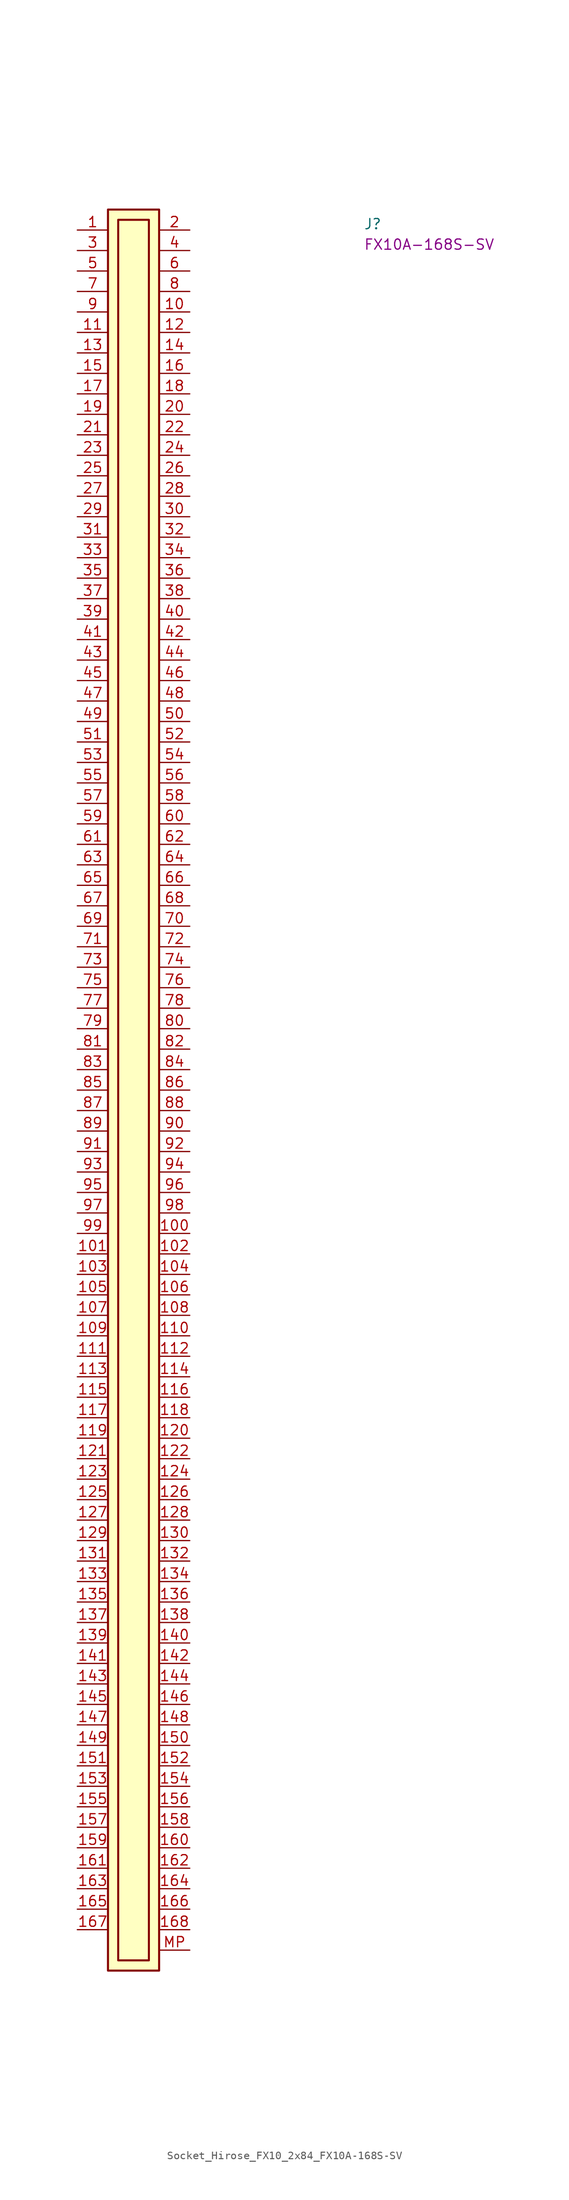
<source format=kicad_sym>
(kicad_symbol_lib
  (version 20220914)
  (generator kicad_symbol_editor)
  (symbol "Socket_Hirose_FX10_2x84_FX10A-168S-SV"
    (property "Reference" "J"
      (at 35.56 0 0)
      (effects (font (size 1.27 1.27) (thickness 0.15)) (justify left bottom)))
    (property "MPN" "FX10A-168S-SV"
      (at 35.56 -2.54 0)
      (effects (font (size 1.27 1.27) (thickness 0.15)) (justify left bottom)))
    (symbol "Socket_Hirose_FX10_2x84_FX10A-168S-SV_1_1"
      (rectangle (start 3.81 2.54) (end 10.16 -215.9) (stroke (width 0.254) (type default)) (fill (type background)))
      (rectangle (start 5.08 1.27) (end 8.89 -214.63) (stroke (width 0.254) (type default)) (fill (type background)))
      (pin passive line (at 0 0 0) (length 3.81) (name "~" (effects (font (size 1.27 1.27)))) (number "1" (effects (font (size 1.27 1.27)))))
      (pin passive line (at 13.97 -10.16 180) (length 3.81) (name "~" (effects (font (size 1.27 1.27)))) (number "10" (effects (font (size 1.27 1.27)))))
      (pin passive line (at 13.97 -124.46 180) (length 3.81) (name "~" (effects (font (size 1.27 1.27)))) (number "100" (effects (font (size 1.27 1.27)))))
      (pin passive line (at 0 -127 0) (length 3.81) (name "~" (effects (font (size 1.27 1.27)))) (number "101" (effects (font (size 1.27 1.27)))))
      (pin passive line (at 13.97 -127 180) (length 3.81) (name "~" (effects (font (size 1.27 1.27)))) (number "102" (effects (font (size 1.27 1.27)))))
      (pin passive line (at 0 -129.54 0) (length 3.81) (name "~" (effects (font (size 1.27 1.27)))) (number "103" (effects (font (size 1.27 1.27)))))
      (pin passive line (at 13.97 -129.54 180) (length 3.81) (name "~" (effects (font (size 1.27 1.27)))) (number "104" (effects (font (size 1.27 1.27)))))
      (pin passive line (at 0 -132.08 0) (length 3.81) (name "~" (effects (font (size 1.27 1.27)))) (number "105" (effects (font (size 1.27 1.27)))))
      (pin passive line (at 13.97 -132.08 180) (length 3.81) (name "~" (effects (font (size 1.27 1.27)))) (number "106" (effects (font (size 1.27 1.27)))))
      (pin passive line (at 0 -134.62 0) (length 3.81) (name "~" (effects (font (size 1.27 1.27)))) (number "107" (effects (font (size 1.27 1.27)))))
      (pin passive line (at 13.97 -134.62 180) (length 3.81) (name "~" (effects (font (size 1.27 1.27)))) (number "108" (effects (font (size 1.27 1.27)))))
      (pin passive line (at 0 -137.16 0) (length 3.81) (name "~" (effects (font (size 1.27 1.27)))) (number "109" (effects (font (size 1.27 1.27)))))
      (pin passive line (at 0 -12.7 0) (length 3.81) (name "~" (effects (font (size 1.27 1.27)))) (number "11" (effects (font (size 1.27 1.27)))))
      (pin passive line (at 13.97 -137.16 180) (length 3.81) (name "~" (effects (font (size 1.27 1.27)))) (number "110" (effects (font (size 1.27 1.27)))))
      (pin passive line (at 0 -139.7 0) (length 3.81) (name "~" (effects (font (size 1.27 1.27)))) (number "111" (effects (font (size 1.27 1.27)))))
      (pin passive line (at 13.97 -139.7 180) (length 3.81) (name "~" (effects (font (size 1.27 1.27)))) (number "112" (effects (font (size 1.27 1.27)))))
      (pin passive line (at 0 -142.24 0) (length 3.81) (name "~" (effects (font (size 1.27 1.27)))) (number "113" (effects (font (size 1.27 1.27)))))
      (pin passive line (at 13.97 -142.24 180) (length 3.81) (name "~" (effects (font (size 1.27 1.27)))) (number "114" (effects (font (size 1.27 1.27)))))
      (pin passive line (at 0 -144.78 0) (length 3.81) (name "~" (effects (font (size 1.27 1.27)))) (number "115" (effects (font (size 1.27 1.27)))))
      (pin passive line (at 13.97 -144.78 180) (length 3.81) (name "~" (effects (font (size 1.27 1.27)))) (number "116" (effects (font (size 1.27 1.27)))))
      (pin passive line (at 0 -147.32 0) (length 3.81) (name "~" (effects (font (size 1.27 1.27)))) (number "117" (effects (font (size 1.27 1.27)))))
      (pin passive line (at 13.97 -147.32 180) (length 3.81) (name "~" (effects (font (size 1.27 1.27)))) (number "118" (effects (font (size 1.27 1.27)))))
      (pin passive line (at 0 -149.86 0) (length 3.81) (name "~" (effects (font (size 1.27 1.27)))) (number "119" (effects (font (size 1.27 1.27)))))
      (pin passive line (at 13.97 -12.7 180) (length 3.81) (name "~" (effects (font (size 1.27 1.27)))) (number "12" (effects (font (size 1.27 1.27)))))
      (pin passive line (at 13.97 -149.86 180) (length 3.81) (name "~" (effects (font (size 1.27 1.27)))) (number "120" (effects (font (size 1.27 1.27)))))
      (pin passive line (at 0 -152.4 0) (length 3.81) (name "~" (effects (font (size 1.27 1.27)))) (number "121" (effects (font (size 1.27 1.27)))))
      (pin passive line (at 13.97 -152.4 180) (length 3.81) (name "~" (effects (font (size 1.27 1.27)))) (number "122" (effects (font (size 1.27 1.27)))))
      (pin passive line (at 0 -154.94 0) (length 3.81) (name "~" (effects (font (size 1.27 1.27)))) (number "123" (effects (font (size 1.27 1.27)))))
      (pin passive line (at 13.97 -154.94 180) (length 3.81) (name "~" (effects (font (size 1.27 1.27)))) (number "124" (effects (font (size 1.27 1.27)))))
      (pin passive line (at 0 -157.48 0) (length 3.81) (name "~" (effects (font (size 1.27 1.27)))) (number "125" (effects (font (size 1.27 1.27)))))
      (pin passive line (at 13.97 -157.48 180) (length 3.81) (name "~" (effects (font (size 1.27 1.27)))) (number "126" (effects (font (size 1.27 1.27)))))
      (pin passive line (at 0 -160.02 0) (length 3.81) (name "~" (effects (font (size 1.27 1.27)))) (number "127" (effects (font (size 1.27 1.27)))))
      (pin passive line (at 13.97 -160.02 180) (length 3.81) (name "~" (effects (font (size 1.27 1.27)))) (number "128" (effects (font (size 1.27 1.27)))))
      (pin passive line (at 0 -162.56 0) (length 3.81) (name "~" (effects (font (size 1.27 1.27)))) (number "129" (effects (font (size 1.27 1.27)))))
      (pin passive line (at 0 -15.24 0) (length 3.81) (name "~" (effects (font (size 1.27 1.27)))) (number "13" (effects (font (size 1.27 1.27)))))
      (pin passive line (at 13.97 -162.56 180) (length 3.81) (name "~" (effects (font (size 1.27 1.27)))) (number "130" (effects (font (size 1.27 1.27)))))
      (pin passive line (at 0 -165.1 0) (length 3.81) (name "~" (effects (font (size 1.27 1.27)))) (number "131" (effects (font (size 1.27 1.27)))))
      (pin passive line (at 13.97 -165.1 180) (length 3.81) (name "~" (effects (font (size 1.27 1.27)))) (number "132" (effects (font (size 1.27 1.27)))))
      (pin passive line (at 0 -167.64 0) (length 3.81) (name "~" (effects (font (size 1.27 1.27)))) (number "133" (effects (font (size 1.27 1.27)))))
      (pin passive line (at 13.97 -167.64 180) (length 3.81) (name "~" (effects (font (size 1.27 1.27)))) (number "134" (effects (font (size 1.27 1.27)))))
      (pin passive line (at 0 -170.18 0) (length 3.81) (name "~" (effects (font (size 1.27 1.27)))) (number "135" (effects (font (size 1.27 1.27)))))
      (pin passive line (at 13.97 -170.18 180) (length 3.81) (name "~" (effects (font (size 1.27 1.27)))) (number "136" (effects (font (size 1.27 1.27)))))
      (pin passive line (at 0 -172.72 0) (length 3.81) (name "~" (effects (font (size 1.27 1.27)))) (number "137" (effects (font (size 1.27 1.27)))))
      (pin passive line (at 13.97 -172.72 180) (length 3.81) (name "~" (effects (font (size 1.27 1.27)))) (number "138" (effects (font (size 1.27 1.27)))))
      (pin passive line (at 0 -175.26 0) (length 3.81) (name "~" (effects (font (size 1.27 1.27)))) (number "139" (effects (font (size 1.27 1.27)))))
      (pin passive line (at 13.97 -15.24 180) (length 3.81) (name "~" (effects (font (size 1.27 1.27)))) (number "14" (effects (font (size 1.27 1.27)))))
      (pin passive line (at 13.97 -175.26 180) (length 3.81) (name "~" (effects (font (size 1.27 1.27)))) (number "140" (effects (font (size 1.27 1.27)))))
      (pin passive line (at 0 -177.8 0) (length 3.81) (name "~" (effects (font (size 1.27 1.27)))) (number "141" (effects (font (size 1.27 1.27)))))
      (pin passive line (at 13.97 -177.8 180) (length 3.81) (name "~" (effects (font (size 1.27 1.27)))) (number "142" (effects (font (size 1.27 1.27)))))
      (pin passive line (at 0 -180.34 0) (length 3.81) (name "~" (effects (font (size 1.27 1.27)))) (number "143" (effects (font (size 1.27 1.27)))))
      (pin passive line (at 13.97 -180.34 180) (length 3.81) (name "~" (effects (font (size 1.27 1.27)))) (number "144" (effects (font (size 1.27 1.27)))))
      (pin passive line (at 0 -182.88 0) (length 3.81) (name "~" (effects (font (size 1.27 1.27)))) (number "145" (effects (font (size 1.27 1.27)))))
      (pin passive line (at 13.97 -182.88 180) (length 3.81) (name "~" (effects (font (size 1.27 1.27)))) (number "146" (effects (font (size 1.27 1.27)))))
      (pin passive line (at 0 -185.42 0) (length 3.81) (name "~" (effects (font (size 1.27 1.27)))) (number "147" (effects (font (size 1.27 1.27)))))
      (pin passive line (at 13.97 -185.42 180) (length 3.81) (name "~" (effects (font (size 1.27 1.27)))) (number "148" (effects (font (size 1.27 1.27)))))
      (pin passive line (at 0 -187.96 0) (length 3.81) (name "~" (effects (font (size 1.27 1.27)))) (number "149" (effects (font (size 1.27 1.27)))))
      (pin passive line (at 0 -17.78 0) (length 3.81) (name "~" (effects (font (size 1.27 1.27)))) (number "15" (effects (font (size 1.27 1.27)))))
      (pin passive line (at 13.97 -187.96 180) (length 3.81) (name "~" (effects (font (size 1.27 1.27)))) (number "150" (effects (font (size 1.27 1.27)))))
      (pin passive line (at 0 -190.5 0) (length 3.81) (name "~" (effects (font (size 1.27 1.27)))) (number "151" (effects (font (size 1.27 1.27)))))
      (pin passive line (at 13.97 -190.5 180) (length 3.81) (name "~" (effects (font (size 1.27 1.27)))) (number "152" (effects (font (size 1.27 1.27)))))
      (pin passive line (at 0 -193.04 0) (length 3.81) (name "~" (effects (font (size 1.27 1.27)))) (number "153" (effects (font (size 1.27 1.27)))))
      (pin passive line (at 13.97 -193.04 180) (length 3.81) (name "~" (effects (font (size 1.27 1.27)))) (number "154" (effects (font (size 1.27 1.27)))))
      (pin passive line (at 0 -195.58 0) (length 3.81) (name "~" (effects (font (size 1.27 1.27)))) (number "155" (effects (font (size 1.27 1.27)))))
      (pin passive line (at 13.97 -195.58 180) (length 3.81) (name "~" (effects (font (size 1.27 1.27)))) (number "156" (effects (font (size 1.27 1.27)))))
      (pin passive line (at 0 -198.12 0) (length 3.81) (name "~" (effects (font (size 1.27 1.27)))) (number "157" (effects (font (size 1.27 1.27)))))
      (pin passive line (at 13.97 -198.12 180) (length 3.81) (name "~" (effects (font (size 1.27 1.27)))) (number "158" (effects (font (size 1.27 1.27)))))
      (pin passive line (at 0 -200.66 0) (length 3.81) (name "~" (effects (font (size 1.27 1.27)))) (number "159" (effects (font (size 1.27 1.27)))))
      (pin passive line (at 13.97 -17.78 180) (length 3.81) (name "~" (effects (font (size 1.27 1.27)))) (number "16" (effects (font (size 1.27 1.27)))))
      (pin passive line (at 13.97 -200.66 180) (length 3.81) (name "~" (effects (font (size 1.27 1.27)))) (number "160" (effects (font (size 1.27 1.27)))))
      (pin passive line (at 0 -203.2 0) (length 3.81) (name "~" (effects (font (size 1.27 1.27)))) (number "161" (effects (font (size 1.27 1.27)))))
      (pin passive line (at 13.97 -203.2 180) (length 3.81) (name "~" (effects (font (size 1.27 1.27)))) (number "162" (effects (font (size 1.27 1.27)))))
      (pin passive line (at 0 -205.74 0) (length 3.81) (name "~" (effects (font (size 1.27 1.27)))) (number "163" (effects (font (size 1.27 1.27)))))
      (pin passive line (at 13.97 -205.74 180) (length 3.81) (name "~" (effects (font (size 1.27 1.27)))) (number "164" (effects (font (size 1.27 1.27)))))
      (pin passive line (at 0 -208.28 0) (length 3.81) (name "~" (effects (font (size 1.27 1.27)))) (number "165" (effects (font (size 1.27 1.27)))))
      (pin passive line (at 13.97 -208.28 180) (length 3.81) (name "~" (effects (font (size 1.27 1.27)))) (number "166" (effects (font (size 1.27 1.27)))))
      (pin passive line (at 0 -210.82 0) (length 3.81) (name "~" (effects (font (size 1.27 1.27)))) (number "167" (effects (font (size 1.27 1.27)))))
      (pin passive line (at 13.97 -210.82 180) (length 3.81) (name "~" (effects (font (size 1.27 1.27)))) (number "168" (effects (font (size 1.27 1.27)))))
      (pin passive line (at 0 -20.32 0) (length 3.81) (name "~" (effects (font (size 1.27 1.27)))) (number "17" (effects (font (size 1.27 1.27)))))
      (pin passive line (at 13.97 -20.32 180) (length 3.81) (name "~" (effects (font (size 1.27 1.27)))) (number "18" (effects (font (size 1.27 1.27)))))
      (pin passive line (at 0 -22.86 0) (length 3.81) (name "~" (effects (font (size 1.27 1.27)))) (number "19" (effects (font (size 1.27 1.27)))))
      (pin passive line (at 13.97 0 180) (length 3.81) (name "~" (effects (font (size 1.27 1.27)))) (number "2" (effects (font (size 1.27 1.27)))))
      (pin passive line (at 13.97 -22.86 180) (length 3.81) (name "~" (effects (font (size 1.27 1.27)))) (number "20" (effects (font (size 1.27 1.27)))))
      (pin passive line (at 0 -25.4 0) (length 3.81) (name "~" (effects (font (size 1.27 1.27)))) (number "21" (effects (font (size 1.27 1.27)))))
      (pin passive line (at 13.97 -25.4 180) (length 3.81) (name "~" (effects (font (size 1.27 1.27)))) (number "22" (effects (font (size 1.27 1.27)))))
      (pin passive line (at 0 -27.94 0) (length 3.81) (name "~" (effects (font (size 1.27 1.27)))) (number "23" (effects (font (size 1.27 1.27)))))
      (pin passive line (at 13.97 -27.94 180) (length 3.81) (name "~" (effects (font (size 1.27 1.27)))) (number "24" (effects (font (size 1.27 1.27)))))
      (pin passive line (at 0 -30.48 0) (length 3.81) (name "~" (effects (font (size 1.27 1.27)))) (number "25" (effects (font (size 1.27 1.27)))))
      (pin passive line (at 13.97 -30.48 180) (length 3.81) (name "~" (effects (font (size 1.27 1.27)))) (number "26" (effects (font (size 1.27 1.27)))))
      (pin passive line (at 0 -33.02 0) (length 3.81) (name "~" (effects (font (size 1.27 1.27)))) (number "27" (effects (font (size 1.27 1.27)))))
      (pin passive line (at 13.97 -33.02 180) (length 3.81) (name "~" (effects (font (size 1.27 1.27)))) (number "28" (effects (font (size 1.27 1.27)))))
      (pin passive line (at 0 -35.56 0) (length 3.81) (name "~" (effects (font (size 1.27 1.27)))) (number "29" (effects (font (size 1.27 1.27)))))
      (pin passive line (at 0 -2.54 0) (length 3.81) (name "~" (effects (font (size 1.27 1.27)))) (number "3" (effects (font (size 1.27 1.27)))))
      (pin passive line (at 13.97 -35.56 180) (length 3.81) (name "~" (effects (font (size 1.27 1.27)))) (number "30" (effects (font (size 1.27 1.27)))))
      (pin passive line (at 0 -38.1 0) (length 3.81) (name "~" (effects (font (size 1.27 1.27)))) (number "31" (effects (font (size 1.27 1.27)))))
      (pin passive line (at 13.97 -38.1 180) (length 3.81) (name "~" (effects (font (size 1.27 1.27)))) (number "32" (effects (font (size 1.27 1.27)))))
      (pin passive line (at 0 -40.64 0) (length 3.81) (name "~" (effects (font (size 1.27 1.27)))) (number "33" (effects (font (size 1.27 1.27)))))
      (pin passive line (at 13.97 -40.64 180) (length 3.81) (name "~" (effects (font (size 1.27 1.27)))) (number "34" (effects (font (size 1.27 1.27)))))
      (pin passive line (at 0 -43.18 0) (length 3.81) (name "~" (effects (font (size 1.27 1.27)))) (number "35" (effects (font (size 1.27 1.27)))))
      (pin passive line (at 13.97 -43.18 180) (length 3.81) (name "~" (effects (font (size 1.27 1.27)))) (number "36" (effects (font (size 1.27 1.27)))))
      (pin passive line (at 0 -45.72 0) (length 3.81) (name "~" (effects (font (size 1.27 1.27)))) (number "37" (effects (font (size 1.27 1.27)))))
      (pin passive line (at 13.97 -45.72 180) (length 3.81) (name "~" (effects (font (size 1.27 1.27)))) (number "38" (effects (font (size 1.27 1.27)))))
      (pin passive line (at 0 -48.26 0) (length 3.81) (name "~" (effects (font (size 1.27 1.27)))) (number "39" (effects (font (size 1.27 1.27)))))
      (pin passive line (at 13.97 -2.54 180) (length 3.81) (name "~" (effects (font (size 1.27 1.27)))) (number "4" (effects (font (size 1.27 1.27)))))
      (pin passive line (at 13.97 -48.26 180) (length 3.81) (name "~" (effects (font (size 1.27 1.27)))) (number "40" (effects (font (size 1.27 1.27)))))
      (pin passive line (at 0 -50.8 0) (length 3.81) (name "~" (effects (font (size 1.27 1.27)))) (number "41" (effects (font (size 1.27 1.27)))))
      (pin passive line (at 13.97 -50.8 180) (length 3.81) (name "~" (effects (font (size 1.27 1.27)))) (number "42" (effects (font (size 1.27 1.27)))))
      (pin passive line (at 0 -53.34 0) (length 3.81) (name "~" (effects (font (size 1.27 1.27)))) (number "43" (effects (font (size 1.27 1.27)))))
      (pin passive line (at 13.97 -53.34 180) (length 3.81) (name "~" (effects (font (size 1.27 1.27)))) (number "44" (effects (font (size 1.27 1.27)))))
      (pin passive line (at 0 -55.88 0) (length 3.81) (name "~" (effects (font (size 1.27 1.27)))) (number "45" (effects (font (size 1.27 1.27)))))
      (pin passive line (at 13.97 -55.88 180) (length 3.81) (name "~" (effects (font (size 1.27 1.27)))) (number "46" (effects (font (size 1.27 1.27)))))
      (pin passive line (at 0 -58.42 0) (length 3.81) (name "~" (effects (font (size 1.27 1.27)))) (number "47" (effects (font (size 1.27 1.27)))))
      (pin passive line (at 13.97 -58.42 180) (length 3.81) (name "~" (effects (font (size 1.27 1.27)))) (number "48" (effects (font (size 1.27 1.27)))))
      (pin passive line (at 0 -60.96 0) (length 3.81) (name "~" (effects (font (size 1.27 1.27)))) (number "49" (effects (font (size 1.27 1.27)))))
      (pin passive line (at 0 -5.08 0) (length 3.81) (name "~" (effects (font (size 1.27 1.27)))) (number "5" (effects (font (size 1.27 1.27)))))
      (pin passive line (at 13.97 -60.96 180) (length 3.81) (name "~" (effects (font (size 1.27 1.27)))) (number "50" (effects (font (size 1.27 1.27)))))
      (pin passive line (at 0 -63.5 0) (length 3.81) (name "~" (effects (font (size 1.27 1.27)))) (number "51" (effects (font (size 1.27 1.27)))))
      (pin passive line (at 13.97 -63.5 180) (length 3.81) (name "~" (effects (font (size 1.27 1.27)))) (number "52" (effects (font (size 1.27 1.27)))))
      (pin passive line (at 0 -66.04 0) (length 3.81) (name "~" (effects (font (size 1.27 1.27)))) (number "53" (effects (font (size 1.27 1.27)))))
      (pin passive line (at 13.97 -66.04 180) (length 3.81) (name "~" (effects (font (size 1.27 1.27)))) (number "54" (effects (font (size 1.27 1.27)))))
      (pin passive line (at 0 -68.58 0) (length 3.81) (name "~" (effects (font (size 1.27 1.27)))) (number "55" (effects (font (size 1.27 1.27)))))
      (pin passive line (at 13.97 -68.58 180) (length 3.81) (name "~" (effects (font (size 1.27 1.27)))) (number "56" (effects (font (size 1.27 1.27)))))
      (pin passive line (at 0 -71.12 0) (length 3.81) (name "~" (effects (font (size 1.27 1.27)))) (number "57" (effects (font (size 1.27 1.27)))))
      (pin passive line (at 13.97 -71.12 180) (length 3.81) (name "~" (effects (font (size 1.27 1.27)))) (number "58" (effects (font (size 1.27 1.27)))))
      (pin passive line (at 0 -73.66 0) (length 3.81) (name "~" (effects (font (size 1.27 1.27)))) (number "59" (effects (font (size 1.27 1.27)))))
      (pin passive line (at 13.97 -5.08 180) (length 3.81) (name "~" (effects (font (size 1.27 1.27)))) (number "6" (effects (font (size 1.27 1.27)))))
      (pin passive line (at 13.97 -73.66 180) (length 3.81) (name "~" (effects (font (size 1.27 1.27)))) (number "60" (effects (font (size 1.27 1.27)))))
      (pin passive line (at 0 -76.2 0) (length 3.81) (name "~" (effects (font (size 1.27 1.27)))) (number "61" (effects (font (size 1.27 1.27)))))
      (pin passive line (at 13.97 -76.2 180) (length 3.81) (name "~" (effects (font (size 1.27 1.27)))) (number "62" (effects (font (size 1.27 1.27)))))
      (pin passive line (at 0 -78.74 0) (length 3.81) (name "~" (effects (font (size 1.27 1.27)))) (number "63" (effects (font (size 1.27 1.27)))))
      (pin passive line (at 13.97 -78.74 180) (length 3.81) (name "~" (effects (font (size 1.27 1.27)))) (number "64" (effects (font (size 1.27 1.27)))))
      (pin passive line (at 0 -81.28 0) (length 3.81) (name "~" (effects (font (size 1.27 1.27)))) (number "65" (effects (font (size 1.27 1.27)))))
      (pin passive line (at 13.97 -81.28 180) (length 3.81) (name "~" (effects (font (size 1.27 1.27)))) (number "66" (effects (font (size 1.27 1.27)))))
      (pin passive line (at 0 -83.82 0) (length 3.81) (name "~" (effects (font (size 1.27 1.27)))) (number "67" (effects (font (size 1.27 1.27)))))
      (pin passive line (at 13.97 -83.82 180) (length 3.81) (name "~" (effects (font (size 1.27 1.27)))) (number "68" (effects (font (size 1.27 1.27)))))
      (pin passive line (at 0 -86.36 0) (length 3.81) (name "~" (effects (font (size 1.27 1.27)))) (number "69" (effects (font (size 1.27 1.27)))))
      (pin passive line (at 0 -7.62 0) (length 3.81) (name "~" (effects (font (size 1.27 1.27)))) (number "7" (effects (font (size 1.27 1.27)))))
      (pin passive line (at 13.97 -86.36 180) (length 3.81) (name "~" (effects (font (size 1.27 1.27)))) (number "70" (effects (font (size 1.27 1.27)))))
      (pin passive line (at 0 -88.9 0) (length 3.81) (name "~" (effects (font (size 1.27 1.27)))) (number "71" (effects (font (size 1.27 1.27)))))
      (pin passive line (at 13.97 -88.9 180) (length 3.81) (name "~" (effects (font (size 1.27 1.27)))) (number "72" (effects (font (size 1.27 1.27)))))
      (pin passive line (at 0 -91.44 0) (length 3.81) (name "~" (effects (font (size 1.27 1.27)))) (number "73" (effects (font (size 1.27 1.27)))))
      (pin passive line (at 13.97 -91.44 180) (length 3.81) (name "~" (effects (font (size 1.27 1.27)))) (number "74" (effects (font (size 1.27 1.27)))))
      (pin passive line (at 0 -93.98 0) (length 3.81) (name "~" (effects (font (size 1.27 1.27)))) (number "75" (effects (font (size 1.27 1.27)))))
      (pin passive line (at 13.97 -93.98 180) (length 3.81) (name "~" (effects (font (size 1.27 1.27)))) (number "76" (effects (font (size 1.27 1.27)))))
      (pin passive line (at 0 -96.52 0) (length 3.81) (name "~" (effects (font (size 1.27 1.27)))) (number "77" (effects (font (size 1.27 1.27)))))
      (pin passive line (at 13.97 -96.52 180) (length 3.81) (name "~" (effects (font (size 1.27 1.27)))) (number "78" (effects (font (size 1.27 1.27)))))
      (pin passive line (at 0 -99.06 0) (length 3.81) (name "~" (effects (font (size 1.27 1.27)))) (number "79" (effects (font (size 1.27 1.27)))))
      (pin passive line (at 13.97 -7.62 180) (length 3.81) (name "~" (effects (font (size 1.27 1.27)))) (number "8" (effects (font (size 1.27 1.27)))))
      (pin passive line (at 13.97 -99.06 180) (length 3.81) (name "~" (effects (font (size 1.27 1.27)))) (number "80" (effects (font (size 1.27 1.27)))))
      (pin passive line (at 0 -101.6 0) (length 3.81) (name "~" (effects (font (size 1.27 1.27)))) (number "81" (effects (font (size 1.27 1.27)))))
      (pin passive line (at 13.97 -101.6 180) (length 3.81) (name "~" (effects (font (size 1.27 1.27)))) (number "82" (effects (font (size 1.27 1.27)))))
      (pin passive line (at 0 -104.14 0) (length 3.81) (name "~" (effects (font (size 1.27 1.27)))) (number "83" (effects (font (size 1.27 1.27)))))
      (pin passive line (at 13.97 -104.14 180) (length 3.81) (name "~" (effects (font (size 1.27 1.27)))) (number "84" (effects (font (size 1.27 1.27)))))
      (pin passive line (at 0 -106.68 0) (length 3.81) (name "~" (effects (font (size 1.27 1.27)))) (number "85" (effects (font (size 1.27 1.27)))))
      (pin passive line (at 13.97 -106.68 180) (length 3.81) (name "~" (effects (font (size 1.27 1.27)))) (number "86" (effects (font (size 1.27 1.27)))))
      (pin passive line (at 0 -109.22 0) (length 3.81) (name "~" (effects (font (size 1.27 1.27)))) (number "87" (effects (font (size 1.27 1.27)))))
      (pin passive line (at 13.97 -109.22 180) (length 3.81) (name "~" (effects (font (size 1.27 1.27)))) (number "88" (effects (font (size 1.27 1.27)))))
      (pin passive line (at 0 -111.76 0) (length 3.81) (name "~" (effects (font (size 1.27 1.27)))) (number "89" (effects (font (size 1.27 1.27)))))
      (pin passive line (at 0 -10.16 0) (length 3.81) (name "~" (effects (font (size 1.27 1.27)))) (number "9" (effects (font (size 1.27 1.27)))))
      (pin passive line (at 13.97 -111.76 180) (length 3.81) (name "~" (effects (font (size 1.27 1.27)))) (number "90" (effects (font (size 1.27 1.27)))))
      (pin passive line (at 0 -114.3 0) (length 3.81) (name "~" (effects (font (size 1.27 1.27)))) (number "91" (effects (font (size 1.27 1.27)))))
      (pin passive line (at 13.97 -114.3 180) (length 3.81) (name "~" (effects (font (size 1.27 1.27)))) (number "92" (effects (font (size 1.27 1.27)))))
      (pin passive line (at 0 -116.84 0) (length 3.81) (name "~" (effects (font (size 1.27 1.27)))) (number "93" (effects (font (size 1.27 1.27)))))
      (pin passive line (at 13.97 -116.84 180) (length 3.81) (name "~" (effects (font (size 1.27 1.27)))) (number "94" (effects (font (size 1.27 1.27)))))
      (pin passive line (at 0 -119.38 0) (length 3.81) (name "~" (effects (font (size 1.27 1.27)))) (number "95" (effects (font (size 1.27 1.27)))))
      (pin passive line (at 13.97 -119.38 180) (length 3.81) (name "~" (effects (font (size 1.27 1.27)))) (number "96" (effects (font (size 1.27 1.27)))))
      (pin passive line (at 0 -121.92 0) (length 3.81) (name "~" (effects (font (size 1.27 1.27)))) (number "97" (effects (font (size 1.27 1.27)))))
      (pin passive line (at 13.97 -121.92 180) (length 3.81) (name "~" (effects (font (size 1.27 1.27)))) (number "98" (effects (font (size 1.27 1.27)))))
      (pin passive line (at 0 -124.46 0) (length 3.81) (name "~" (effects (font (size 1.27 1.27)))) (number "99" (effects (font (size 1.27 1.27)))))
      (pin passive line (at 13.97 -213.36 180) (length 3.81) (name "" (effects (font (size 1.27 1.27)))) (number "MP" (effects (font (size 1.27 1.27))))))))
</source>
